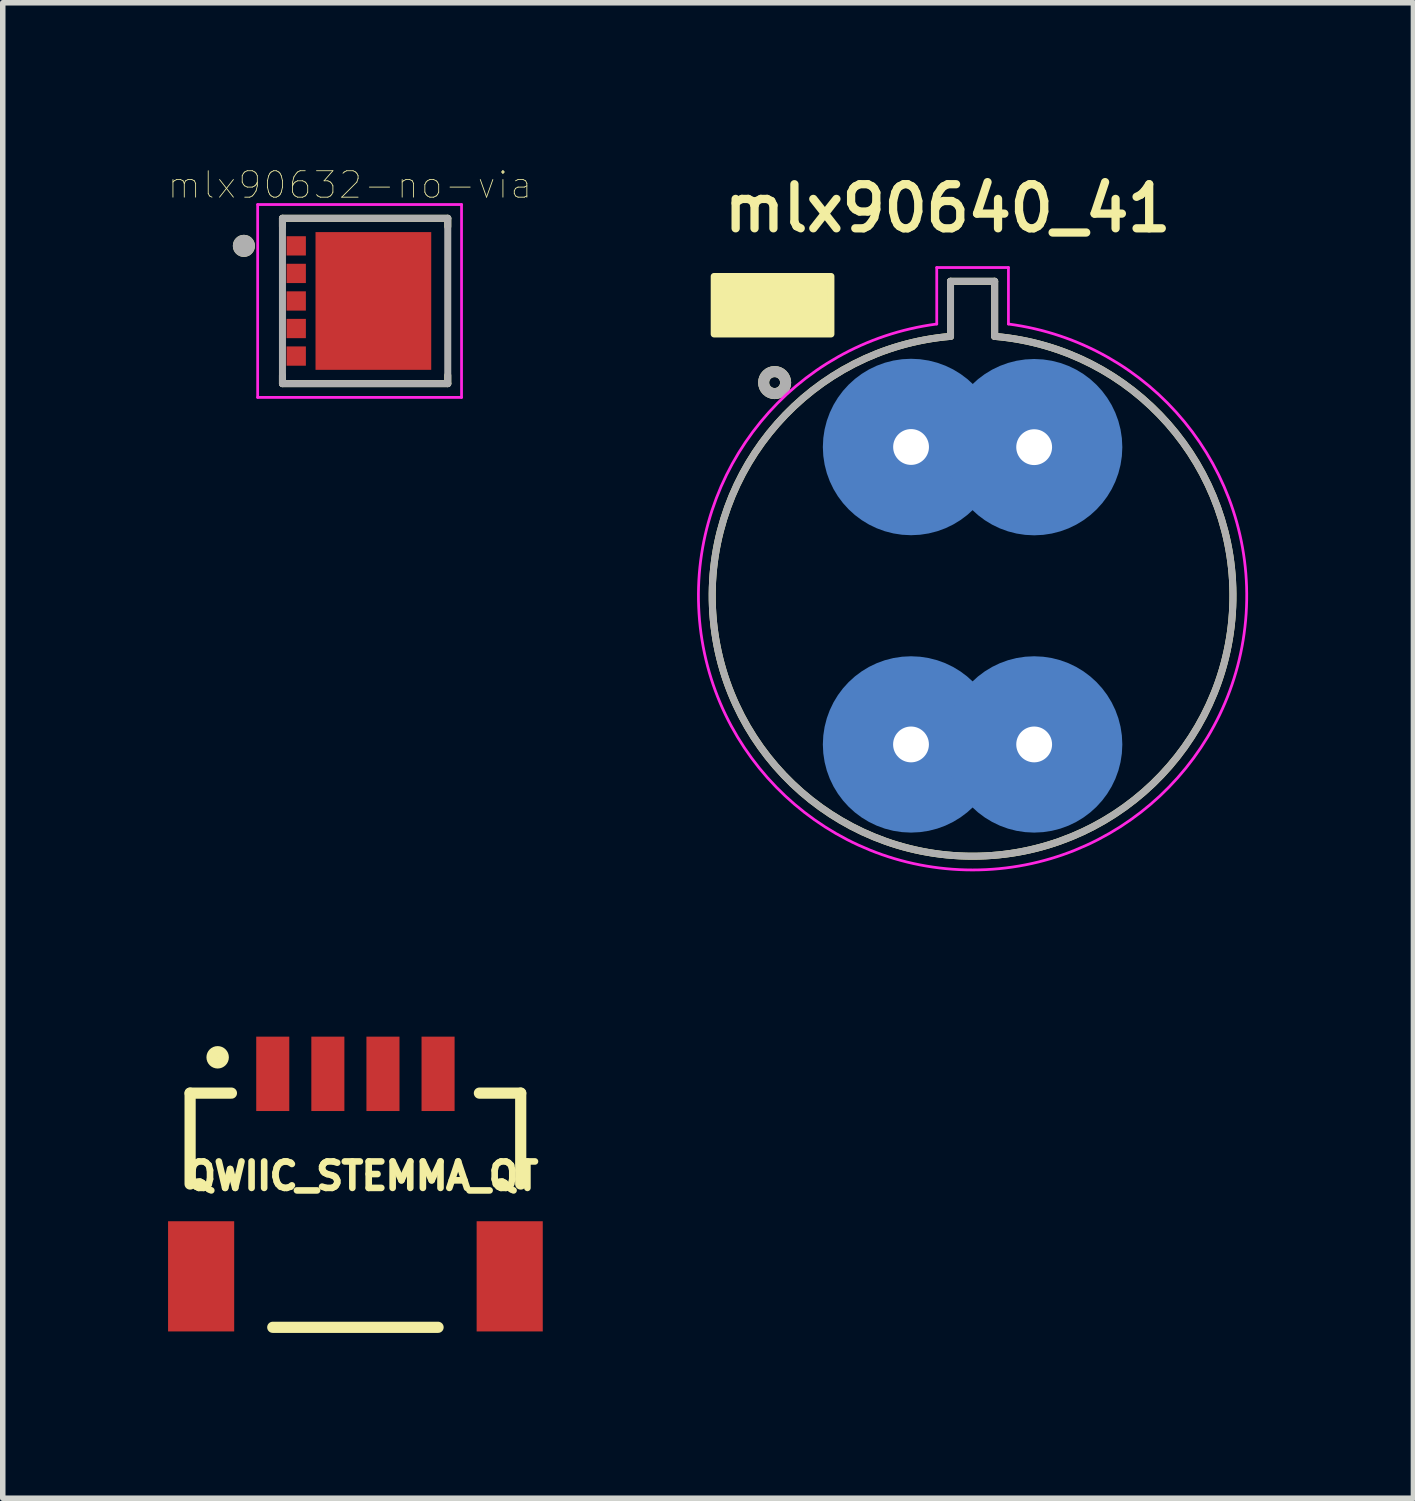
<source format=kicad_pcb>
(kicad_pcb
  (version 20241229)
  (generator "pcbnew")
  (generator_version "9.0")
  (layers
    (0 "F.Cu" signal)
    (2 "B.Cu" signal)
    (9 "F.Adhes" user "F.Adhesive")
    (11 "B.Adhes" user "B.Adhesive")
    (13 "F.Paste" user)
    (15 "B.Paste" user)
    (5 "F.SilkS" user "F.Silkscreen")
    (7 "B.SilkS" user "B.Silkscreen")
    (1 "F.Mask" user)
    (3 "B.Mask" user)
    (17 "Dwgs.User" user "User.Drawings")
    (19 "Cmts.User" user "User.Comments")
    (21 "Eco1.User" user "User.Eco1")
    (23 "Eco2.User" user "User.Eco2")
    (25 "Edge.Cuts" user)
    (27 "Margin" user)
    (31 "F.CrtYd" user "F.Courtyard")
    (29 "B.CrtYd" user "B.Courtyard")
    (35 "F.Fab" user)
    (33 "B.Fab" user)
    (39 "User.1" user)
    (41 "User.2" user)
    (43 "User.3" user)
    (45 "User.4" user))
  (footprint "QWIIC_STEMMA_QT"
    (layer "F.Cu")
    (at 3.4 16.438)
    (property "Reference" "QWIIC_STEMMA_QT" (at 0.127 1.854 0) (layer "F.SilkS") (effects (font (size 0.48 0.48) (thickness 0.15))))
    (attr through_hole)
    (fp_line (start -3 0.35) (end -2.25 0.35) (stroke (width 0.203) (type solid)) (layer "F.SilkS"))
    (fp_line (start -3 2) (end -3 0.35) (stroke (width 0.203) (type solid)) (layer "F.SilkS"))
    (fp_line (start -1.5 4.6) (end 1.5 4.6) (stroke (width 0.203) (type solid)) (layer "F.SilkS"))
    (fp_line (start 2.25 0.35) (end 3 0.35) (stroke (width 0.203) (type solid)) (layer "F.SilkS"))
    (fp_line (start 3 0.35) (end 3 2) (stroke (width 0.203) (type solid)) (layer "F.SilkS"))
    (fp_circle (center -2.5 -0.3) (end -2.398 -0.3) (stroke (width 0.203) (type solid)) (fill no) (layer "F.SilkS"))
    (pad "1" smd rect (at -1.5 0) (size 0.6 1.35) (layers "F.Cu" "F.Mask" "F.Paste"))
    (pad "2" smd rect (at -0.5 0) (size 0.6 1.35) (layers "F.Cu" "F.Mask" "F.Paste"))
    (pad "3" smd rect (at 0.5 0) (size 0.6 1.35) (layers "F.Cu" "F.Mask" "F.Paste"))
    (pad "4" smd rect (at 1.5 0) (size 0.6 1.35) (layers "F.Cu" "F.Mask" "F.Paste"))
    (pad "NC1" smd rect (at 2.8 3.675) (size 1.2 2) (layers "F.Cu" "F.Mask" "F.Paste"))
    (pad "NC2" smd rect (at -2.8 3.675) (size 1.2 2) (layers "F.Cu" "F.Mask" "F.Paste")))
  (footprint "mlx90632-no-via"
    (layer "F.Cu")
    (at 3.576 2.412)
    (property "Reference" "mlx90632-no-via" (at -0.276 -2.105 0) (layer "F.SilkS") (effects (font (size 0.48 0.48) (thickness 0.015))))
    (attr through_hole)
    (fp_line (start -1.5 -1.5) (end 1.5 -1.5) (stroke (width 0.127) (type solid)) (layer "F.SilkS"))
    (fp_line (start -1.5 -1.35) (end -1.5 -1.5) (stroke (width 0.127) (type solid)) (layer "F.SilkS"))
    (fp_line (start -1.5 1.5) (end -1.5 1.35) (stroke (width 0.127) (type solid)) (layer "F.SilkS"))
    (fp_line (start 1.5 -1.5) (end 1.5 -1.35) (stroke (width 0.127) (type solid)) (layer "F.SilkS"))
    (fp_line (start 1.5 1.35) (end 1.5 1.5) (stroke (width 0.127) (type solid)) (layer "F.SilkS"))
    (fp_line (start 1.5 1.5) (end -1.5 1.5) (stroke (width 0.127) (type solid)) (layer "F.SilkS"))
    (fp_circle (center -2.2 -1) (end -2.1 -1) (stroke (width 0.2) (type solid)) (fill no) (layer "F.SilkS"))
    (fp_poly (pts (xy -0.75 -1.1) (xy -0.5 -1.1) (xy -0.5 -0.85) (xy -0.75 -0.85)) (stroke (width 0.01) (type solid)) (fill yes) (layer "F.Paste"))
    (fp_poly (pts (xy -0.75 -0.6) (xy -0.55 -0.6) (xy -0.55 -0.4) (xy -0.75 -0.4)) (stroke (width 0.01) (type solid)) (fill yes) (layer "F.Paste"))
    (fp_poly (pts (xy -0.75 -0.1) (xy -0.5 -0.1) (xy -0.5 0.1) (xy -0.75 0.1)) (stroke (width 0.01) (type solid)) (fill yes) (layer "F.Paste"))
    (fp_poly (pts (xy -0.75 0.4) (xy -0.55 0.4) (xy -0.55 0.6) (xy -0.75 0.6)) (stroke (width 0.01) (type solid)) (fill yes) (layer "F.Paste"))
    (fp_poly (pts (xy -0.75 0.85) (xy -0.5 0.85) (xy -0.5 1.1) (xy -0.75 1.1)) (stroke (width 0.01) (type solid)) (fill yes) (layer "F.Paste"))
    (fp_poly (pts (xy -0.35 -1.1) (xy -0.15 -1.1) (xy -0.15 -0.9) (xy -0.35 -0.9)) (stroke (width 0.01) (type solid)) (fill yes) (layer "F.Paste"))
    (fp_poly (pts (xy -0.35 -0.6) (xy -0.15 -0.6) (xy -0.15 -0.4) (xy -0.35 -0.4)) (stroke (width 0.01) (type solid)) (fill yes) (layer "F.Paste"))
    (fp_poly (pts (xy -0.35 -0.1) (xy -0.15 -0.1) (xy -0.15 0.1) (xy -0.35 0.1)) (stroke (width 0.01) (type solid)) (fill yes) (layer "F.Paste"))
    (fp_poly (pts (xy -0.35 0.4) (xy -0.15 0.4) (xy -0.15 0.6) (xy -0.35 0.6)) (stroke (width 0.01) (type solid)) (fill yes) (layer "F.Paste"))
    (fp_poly (pts (xy -0.35 0.9) (xy -0.15 0.9) (xy -0.15 1.1) (xy -0.35 1.1)) (stroke (width 0.01) (type solid)) (fill yes) (layer "F.Paste"))
    (fp_poly (pts (xy 0.05 -1.1) (xy 0.25 -1.1) (xy 0.25 -0.85) (xy 0.05 -0.85)) (stroke (width 0.01) (type solid)) (fill yes) (layer "F.Paste"))
    (fp_poly (pts (xy 0.05 -0.6) (xy 0.25 -0.6) (xy 0.25 -0.4) (xy 0.05 -0.4)) (stroke (width 0.01) (type solid)) (fill yes) (layer "F.Paste"))
    (fp_poly (pts (xy 0.05 -0.1) (xy 0.25 -0.1) (xy 0.25 0.1) (xy 0.05 0.1)) (stroke (width 0.01) (type solid)) (fill yes) (layer "F.Paste"))
    (fp_poly (pts (xy 0.05 0.4) (xy 0.25 0.4) (xy 0.25 0.6) (xy 0.05 0.6)) (stroke (width 0.01) (type solid)) (fill yes) (layer "F.Paste"))
    (fp_poly (pts (xy 0.05 0.85) (xy 0.25 0.85) (xy 0.25 1.1) (xy 0.05 1.1)) (stroke (width 0.01) (type solid)) (fill yes) (layer "F.Paste"))
    (fp_poly (pts (xy 0.45 -1.1) (xy 0.65 -1.1) (xy 0.65 -0.9) (xy 0.45 -0.9)) (stroke (width 0.01) (type solid)) (fill yes) (layer "F.Paste"))
    (fp_poly (pts (xy 0.45 -0.6) (xy 0.65 -0.6) (xy 0.65 -0.4) (xy 0.45 -0.4)) (stroke (width 0.01) (type solid)) (fill yes) (layer "F.Paste"))
    (fp_poly (pts (xy 0.45 -0.1) (xy 0.65 -0.1) (xy 0.65 0.1) (xy 0.45 0.1)) (stroke (width 0.01) (type solid)) (fill yes) (layer "F.Paste"))
    (fp_poly (pts (xy 0.45 0.4) (xy 0.65 0.4) (xy 0.65 0.6) (xy 0.45 0.6)) (stroke (width 0.01) (type solid)) (fill yes) (layer "F.Paste"))
    (fp_poly (pts (xy 0.45 0.9) (xy 0.65 0.9) (xy 0.65 1.1) (xy 0.45 1.1)) (stroke (width 0.01) (type solid)) (fill yes) (layer "F.Paste"))
    (fp_poly (pts (xy 0.8 -1.1) (xy 1.05 -1.1) (xy 1.05 -0.85) (xy 0.8 -0.85)) (stroke (width 0.01) (type solid)) (fill yes) (layer "F.Paste"))
    (fp_poly (pts (xy 0.8 -0.1) (xy 1.05 -0.1) (xy 1.05 0.1) (xy 0.8 0.1)) (stroke (width 0.01) (type solid)) (fill yes) (layer "F.Paste"))
    (fp_poly (pts (xy 0.8 0.85) (xy 1.05 0.85) (xy 1.05 1.1) (xy 0.8 1.1)) (stroke (width 0.01) (type solid)) (fill yes) (layer "F.Paste"))
    (fp_poly (pts (xy 0.85 -0.6) (xy 1.05 -0.6) (xy 1.05 -0.4) (xy 0.85 -0.4)) (stroke (width 0.01) (type solid)) (fill yes) (layer "F.Paste"))
    (fp_poly (pts (xy 0.85 0.4) (xy 1.05 0.4) (xy 1.05 0.6) (xy 0.85 0.6)) (stroke (width 0.01) (type solid)) (fill yes) (layer "F.Paste"))
    (fp_line (start -1.95 -1.75) (end 1.75 -1.75) (stroke (width 0.05) (type solid)) (layer "F.CrtYd"))
    (fp_line (start -1.95 1.75) (end -1.95 -1.75) (stroke (width 0.05) (type solid)) (layer "F.CrtYd"))
    (fp_line (start 1.75 -1.75) (end 1.75 1.75) (stroke (width 0.05) (type solid)) (layer "F.CrtYd"))
    (fp_line (start 1.75 1.75) (end -1.95 1.75) (stroke (width 0.05) (type solid)) (layer "F.CrtYd"))
    (fp_line (start -1.5 -1.5) (end 1.5 -1.5) (stroke (width 0.127) (type solid)) (layer "F.Fab"))
    (fp_line (start -1.5 1.5) (end -1.5 -1.5) (stroke (width 0.127) (type solid)) (layer "F.Fab"))
    (fp_line (start 1.5 -1.5) (end 1.5 1.5) (stroke (width 0.127) (type solid)) (layer "F.Fab"))
    (fp_line (start 1.5 1.5) (end -1.5 1.5) (stroke (width 0.127) (type solid)) (layer "F.Fab"))
    (fp_circle (center -2.2 -1) (end -2.1 -1) (stroke (width 0.2) (type solid)) (fill no) (layer "F.Fab"))
    (pad "1" smd rect (at -1.25 -1) (size 0.35 0.35) (layers "F.Cu" "F.Mask" "F.Paste"))
    (pad "2" smd rect (at -1.25 -0.5) (size 0.35 0.35) (layers "F.Cu" "F.Mask" "F.Paste"))
    (pad "3" smd rect (at -1.25 0) (size 0.35 0.35) (layers "F.Cu" "F.Mask" "F.Paste"))
    (pad "4" smd rect (at -1.25 0.5) (size 0.35 0.35) (layers "F.Cu" "F.Mask" "F.Paste"))
    (pad "5" smd rect (at -1.25 1) (size 0.35 0.35) (layers "F.Cu" "F.Mask" "F.Paste"))
    (pad "6" smd rect (at 0.15 0) (size 2.1 2.5) (layers "F.Cu" "F.Mask")))
  (footprint "mlx90640_41"
    (layer "F.Cu")
    (at 14.608 7.739)
    (property "Reference" "mlx90640_41" (at -0.46 -7.008 0) (layer "F.SilkS") (effects (font (size 0.8 0.8) (thickness 0.15))))
    (attr through_hole)
    (fp_circle (center -1.125 2.721) (end -1.125 2.721) (stroke (width 1.6) (type solid)) (fill no) (layer "B.Cu"))
    (fp_circle (center -1.124 -2.677) (end -1.123 -2.677) (stroke (width 1.6) (type solid)) (fill no) (layer "B.Cu"))
    (fp_circle (center 1.11 2.721) (end 1.11 2.721) (stroke (width 1.6) (type solid)) (fill no) (layer "B.Cu"))
    (fp_circle (center 1.11 -2.674) (end 1.11 -2.674) (stroke (width 1.6) (type solid)) (fill no) (layer "B.Cu"))
    (fp_line (start -0.408 -5.684) (end -0.408 -4.684) (stroke (width 0.127) (type solid)) (layer "F.SilkS"))
    (fp_line (start -0.408 -5.684) (end 0.393 -5.684) (stroke (width 0.127) (type solid)) (layer "F.SilkS"))
    (fp_line (start 0.393 -4.684) (end 0.393 -5.684) (stroke (width 0.127) (type solid)) (layer "F.SilkS"))
    (fp_rect (start -4.7 -5.775) (end -2.575 -4.725) (stroke (width 0.12) (type solid)) (fill yes) (layer "F.SilkS"))
    (fp_arc (start 0.392653 -4.684436) (mid -0.00768 4.749226) (end -0.407773 -4.684447) (stroke (width 0.127) (type solid)) (layer "F.SilkS"))
    (fp_circle (center -3.6 -3.846) (end -3.508 -3.808) (stroke (width 0.2) (type solid)) (fill no) (layer "F.SilkS"))
    (fp_line (start -0.658 -5.934) (end 0.643 -5.934) (stroke (width 0.05) (type solid)) (layer "F.CrtYd"))
    (fp_line (start -0.658 -4.909) (end -0.658 -5.934) (stroke (width 0.05) (type solid)) (layer "F.CrtYd"))
    (fp_line (start 0.643 -5.934) (end 0.643 -4.909) (stroke (width 0.05) (type solid)) (layer "F.CrtYd"))
    (fp_arc (start 0.64266 -4.908846) (mid -0.007095 4.998815) (end -0.657751 -4.908786) (stroke (width 0.05) (type solid)) (layer "F.CrtYd"))
    (fp_line (start -0.408 -5.684) (end -0.408 -4.684) (stroke (width 0.127) (type solid)) (layer "F.Fab"))
    (fp_line (start -0.408 -5.684) (end 0.393 -5.684) (stroke (width 0.127) (type solid)) (layer "F.Fab"))
    (fp_line (start 0.393 -4.684) (end 0.393 -5.684) (stroke (width 0.127) (type solid)) (layer "F.Fab"))
    (fp_arc (start 0.392653 -4.684436) (mid -0.00768 4.749226) (end -0.407773 -4.684447) (stroke (width 0.127) (type solid)) (layer "F.Fab"))
    (fp_circle (center -3.6 -3.846) (end -3.508 -3.808) (stroke (width 0.2) (type solid)) (fill no) (layer "F.Fab"))
    (pad "1" thru_hole custom (at -1.124 -2.677) (size 0.7 0.7) (drill 0.65) (layers "*.Cu" "*.Mask") (options (anchor circle)) (primitives))
    (pad "2" thru_hole circle (at -1.125 2.721) (size 0.7 0.7) (drill 0.65) (layers "*.Cu" "*.Mask"))
    (pad "3" thru_hole circle (at 1.11 2.721) (size 0.7 0.7) (drill 0.65) (layers "*.Cu" "*.Mask"))
    (pad "4" thru_hole circle (at 1.11 -2.674) (size 0.7 0.7) (drill 0.65) (layers "*.Cu" "*.Mask")))
  (gr_rect
    (start -3 -3)
    (end 22.601 24.14)
    (stroke (width 0.1) (type default))
    (fill no)
    (layer "Edge.Cuts")))
</source>
